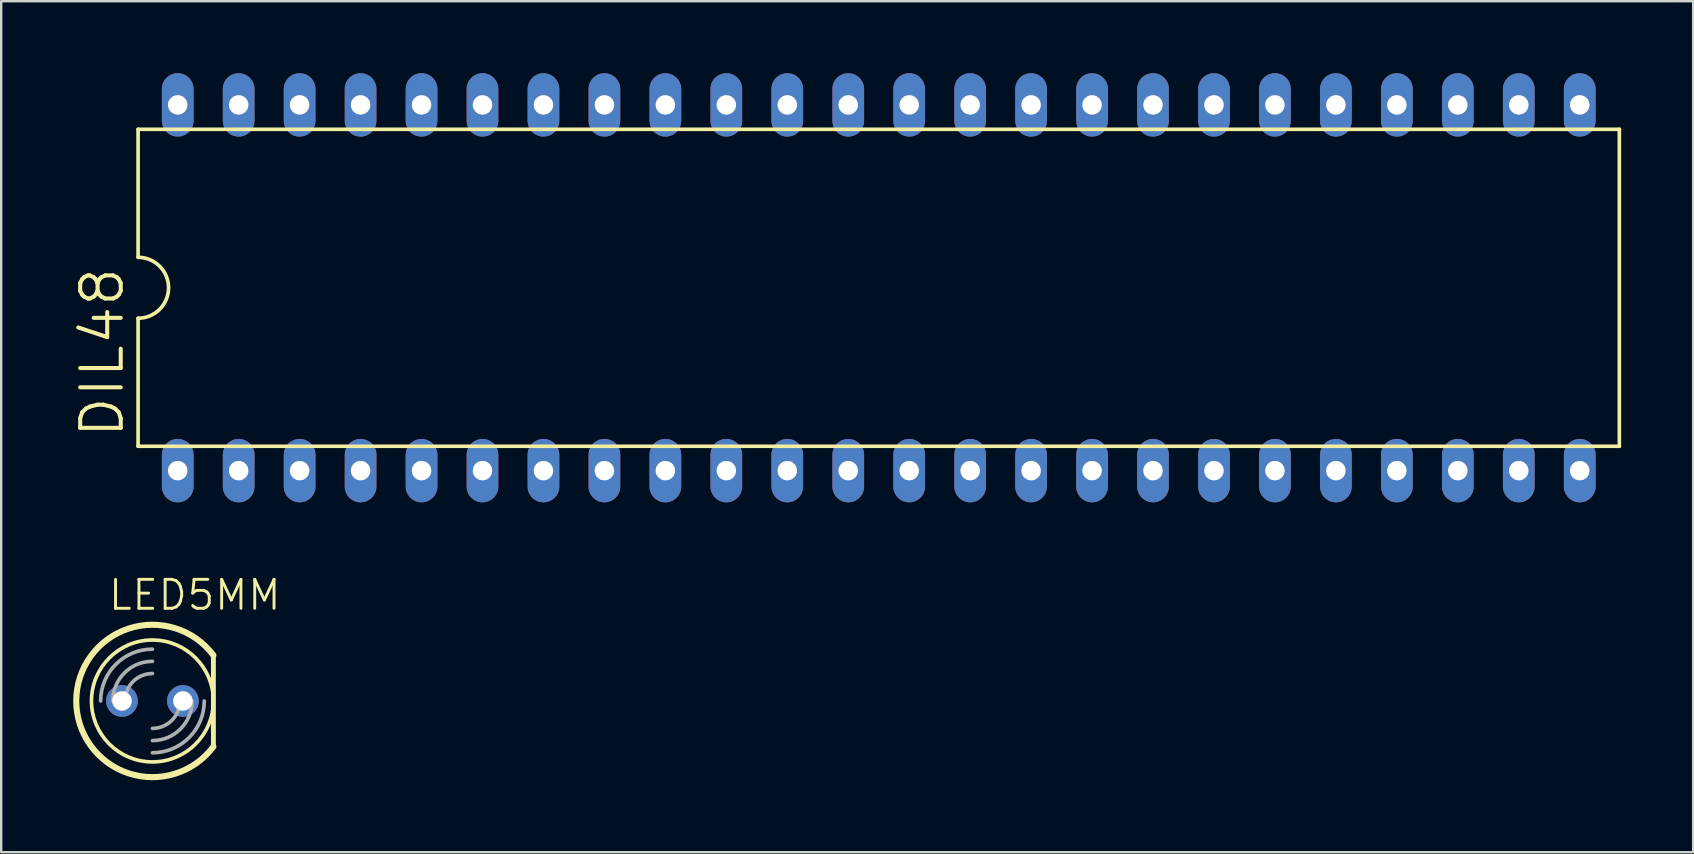
<source format=kicad_pcb>
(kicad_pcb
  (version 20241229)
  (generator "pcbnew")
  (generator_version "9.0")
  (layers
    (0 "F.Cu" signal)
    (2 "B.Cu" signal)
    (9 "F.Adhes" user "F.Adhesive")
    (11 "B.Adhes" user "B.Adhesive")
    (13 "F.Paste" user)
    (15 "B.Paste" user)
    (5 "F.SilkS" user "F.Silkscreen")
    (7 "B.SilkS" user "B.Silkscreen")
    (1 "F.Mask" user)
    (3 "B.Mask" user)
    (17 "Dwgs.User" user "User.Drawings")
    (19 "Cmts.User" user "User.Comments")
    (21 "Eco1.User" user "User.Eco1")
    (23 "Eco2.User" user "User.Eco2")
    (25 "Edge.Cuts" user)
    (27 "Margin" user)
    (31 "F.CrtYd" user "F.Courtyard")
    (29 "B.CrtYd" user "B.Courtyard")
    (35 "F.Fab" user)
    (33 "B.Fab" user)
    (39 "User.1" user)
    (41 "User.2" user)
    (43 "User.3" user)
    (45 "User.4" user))
  (footprint "DIL48"
    (layer "F.Cu")
    (at 33.565 8.941)
    (property "Reference" "DIL48" (at -31.369 6.35 90) (layer "F.SilkS") (effects (font (size 1.689 1.689) (thickness 0.169)) (justify left bottom)))
    (attr through_hole)
    (fp_line (start -30.861 -6.604) (end 30.861 -6.604) (stroke (width 0.152) (type solid)) (layer "F.SilkS"))
    (fp_line (start -30.861 -1.27) (end -30.861 -6.604) (stroke (width 0.152) (type solid)) (layer "F.SilkS"))
    (fp_line (start -30.861 1.27) (end -30.861 6.604) (stroke (width 0.152) (type solid)) (layer "F.SilkS"))
    (fp_line (start -30.861 6.604) (end 30.861 6.604) (stroke (width 0.152) (type solid)) (layer "F.SilkS"))
    (fp_line (start 30.861 6.604) (end 30.861 -6.604) (stroke (width 0.152) (type solid)) (layer "F.SilkS"))
    (fp_arc (start -30.861 -1.27) (mid -29.591 0) (end -30.861 1.27) (stroke (width 0.1524) (type solid)) (layer "F.SilkS"))
    (pad "1" thru_hole oval (at -29.21 7.62 90) (size 2.642 1.321) (drill 0.813) (layers "*.Cu" "*.Mask"))
    (pad "2" thru_hole oval (at -26.67 7.62 90) (size 2.642 1.321) (drill 0.813) (layers "*.Cu" "*.Mask"))
    (pad "3" thru_hole oval (at -24.13 7.62 90) (size 2.642 1.321) (drill 0.813) (layers "*.Cu" "*.Mask"))
    (pad "4" thru_hole oval (at -21.59 7.62 90) (size 2.642 1.321) (drill 0.813) (layers "*.Cu" "*.Mask"))
    (pad "5" thru_hole oval (at -19.05 7.62 90) (size 2.642 1.321) (drill 0.813) (layers "*.Cu" "*.Mask"))
    (pad "6" thru_hole oval (at -16.51 7.62 90) (size 2.642 1.321) (drill 0.813) (layers "*.Cu" "*.Mask"))
    (pad "7" thru_hole oval (at -13.97 7.62 90) (size 2.642 1.321) (drill 0.813) (layers "*.Cu" "*.Mask"))
    (pad "8" thru_hole oval (at -11.43 7.62 90) (size 2.642 1.321) (drill 0.813) (layers "*.Cu" "*.Mask"))
    (pad "9" thru_hole oval (at -8.89 7.62 90) (size 2.642 1.321) (drill 0.813) (layers "*.Cu" "*.Mask"))
    (pad "10" thru_hole oval (at -6.35 7.62 90) (size 2.642 1.321) (drill 0.813) (layers "*.Cu" "*.Mask"))
    (pad "11" thru_hole oval (at -3.81 7.62 90) (size 2.642 1.321) (drill 0.813) (layers "*.Cu" "*.Mask"))
    (pad "12" thru_hole oval (at -1.27 7.62 90) (size 2.642 1.321) (drill 0.813) (layers "*.Cu" "*.Mask"))
    (pad "13" thru_hole oval (at 1.27 7.62 90) (size 2.642 1.321) (drill 0.813) (layers "*.Cu" "*.Mask"))
    (pad "14" thru_hole oval (at 3.81 7.62 90) (size 2.642 1.321) (drill 0.813) (layers "*.Cu" "*.Mask"))
    (pad "15" thru_hole oval (at 6.35 7.62 90) (size 2.642 1.321) (drill 0.813) (layers "*.Cu" "*.Mask"))
    (pad "16" thru_hole oval (at 8.89 7.62 90) (size 2.642 1.321) (drill 0.813) (layers "*.Cu" "*.Mask"))
    (pad "17" thru_hole oval (at 11.43 7.62 90) (size 2.642 1.321) (drill 0.813) (layers "*.Cu" "*.Mask"))
    (pad "18" thru_hole oval (at 13.97 7.62 90) (size 2.642 1.321) (drill 0.813) (layers "*.Cu" "*.Mask"))
    (pad "19" thru_hole oval (at 16.51 7.62 90) (size 2.642 1.321) (drill 0.813) (layers "*.Cu" "*.Mask"))
    (pad "20" thru_hole oval (at 19.05 7.62 90) (size 2.642 1.321) (drill 0.813) (layers "*.Cu" "*.Mask"))
    (pad "21" thru_hole oval (at 21.59 7.62 90) (size 2.642 1.321) (drill 0.813) (layers "*.Cu" "*.Mask"))
    (pad "22" thru_hole oval (at 24.13 7.62 90) (size 2.642 1.321) (drill 0.813) (layers "*.Cu" "*.Mask"))
    (pad "23" thru_hole oval (at 26.67 7.62 90) (size 2.642 1.321) (drill 0.813) (layers "*.Cu" "*.Mask"))
    (pad "24" thru_hole oval (at 29.21 7.62 90) (size 2.642 1.321) (drill 0.813) (layers "*.Cu" "*.Mask"))
    (pad "25" thru_hole oval (at 29.21 -7.62 90) (size 2.642 1.321) (drill 0.813) (layers "*.Cu" "*.Mask"))
    (pad "26" thru_hole oval (at 26.67 -7.62 90) (size 2.642 1.321) (drill 0.813) (layers "*.Cu" "*.Mask"))
    (pad "27" thru_hole oval (at 24.13 -7.62 90) (size 2.642 1.321) (drill 0.813) (layers "*.Cu" "*.Mask"))
    (pad "28" thru_hole oval (at 21.59 -7.62 90) (size 2.642 1.321) (drill 0.813) (layers "*.Cu" "*.Mask"))
    (pad "29" thru_hole oval (at 19.05 -7.62 90) (size 2.642 1.321) (drill 0.813) (layers "*.Cu" "*.Mask"))
    (pad "30" thru_hole oval (at 16.51 -7.62 90) (size 2.642 1.321) (drill 0.813) (layers "*.Cu" "*.Mask"))
    (pad "31" thru_hole oval (at 13.97 -7.62 90) (size 2.642 1.321) (drill 0.813) (layers "*.Cu" "*.Mask"))
    (pad "32" thru_hole oval (at 11.43 -7.62 90) (size 2.642 1.321) (drill 0.813) (layers "*.Cu" "*.Mask"))
    (pad "33" thru_hole oval (at 8.89 -7.62 90) (size 2.642 1.321) (drill 0.813) (layers "*.Cu" "*.Mask"))
    (pad "34" thru_hole oval (at 6.35 -7.62 90) (size 2.642 1.321) (drill 0.813) (layers "*.Cu" "*.Mask"))
    (pad "35" thru_hole oval (at 3.81 -7.62 90) (size 2.642 1.321) (drill 0.813) (layers "*.Cu" "*.Mask"))
    (pad "36" thru_hole oval (at 1.27 -7.62 90) (size 2.642 1.321) (drill 0.813) (layers "*.Cu" "*.Mask"))
    (pad "37" thru_hole oval (at -1.27 -7.62 90) (size 2.642 1.321) (drill 0.813) (layers "*.Cu" "*.Mask"))
    (pad "38" thru_hole oval (at -3.81 -7.62 90) (size 2.642 1.321) (drill 0.813) (layers "*.Cu" "*.Mask"))
    (pad "39" thru_hole oval (at -6.35 -7.62 90) (size 2.642 1.321) (drill 0.813) (layers "*.Cu" "*.Mask"))
    (pad "40" thru_hole oval (at -8.89 -7.62 90) (size 2.642 1.321) (drill 0.813) (layers "*.Cu" "*.Mask"))
    (pad "41" thru_hole oval (at -11.43 -7.62 90) (size 2.642 1.321) (drill 0.813) (layers "*.Cu" "*.Mask"))
    (pad "42" thru_hole oval (at -13.97 -7.62 90) (size 2.642 1.321) (drill 0.813) (layers "*.Cu" "*.Mask"))
    (pad "43" thru_hole oval (at -16.51 -7.62 90) (size 2.642 1.321) (drill 0.813) (layers "*.Cu" "*.Mask"))
    (pad "44" thru_hole oval (at -19.05 -7.62 90) (size 2.642 1.321) (drill 0.813) (layers "*.Cu" "*.Mask"))
    (pad "45" thru_hole oval (at -21.59 -7.62 90) (size 2.642 1.321) (drill 0.813) (layers "*.Cu" "*.Mask"))
    (pad "46" thru_hole oval (at -24.13 -7.62 90) (size 2.642 1.321) (drill 0.813) (layers "*.Cu" "*.Mask"))
    (pad "47" thru_hole oval (at -26.67 -7.62 90) (size 2.642 1.321) (drill 0.813) (layers "*.Cu" "*.Mask"))
    (pad "48" thru_hole oval (at -29.21 -7.62 90) (size 2.642 1.321) (drill 0.813) (layers "*.Cu" "*.Mask")))
  (footprint "LED5MM"
    (layer "F.Cu")
    (at 3.302 26.158)
    (property "Reference" "LED5MM" (at -1.905 -3.708 180) (layer "F.SilkS") (effects (font (size 1.206 1.206) (thickness 0.121)) (justify left bottom)))
    (attr through_hole)
    (fp_line (start 2.54 1.905) (end 2.54 -1.905) (stroke (width 0.203) (type solid)) (layer "F.SilkS"))
    (fp_arc (start 2.54 1.905) (mid -3.175 0) (end 2.54 -1.905) (stroke (width 0.254) (type solid)) (layer "F.SilkS"))
    (fp_circle (center 0 0) (end 2.54 0) (stroke (width 0.152) (type solid)) (fill no) (layer "F.SilkS"))
    (fp_arc (start -2.159 0) (mid -1.526644 -1.526644) (end 0 -2.159) (stroke (width 0.1524) (type solid)) (layer "F.Fab"))
    (fp_arc (start -1.651 0) (mid -1.167433 -1.167433) (end 0 -1.651) (stroke (width 0.1524) (type solid)) (layer "F.Fab"))
    (fp_arc (start -1.143 0) (mid -0.808223 -0.808223) (end 0 -1.143) (stroke (width 0.1524) (type solid)) (layer "F.Fab"))
    (fp_arc (start 1.143 0) (mid 0.808223 0.808223) (end 0 1.143) (stroke (width 0.1524) (type solid)) (layer "F.Fab"))
    (fp_arc (start 1.651 0) (mid 1.167433 1.167433) (end 0 1.651) (stroke (width 0.1524) (type solid)) (layer "F.Fab"))
    (fp_arc (start 2.159 0) (mid 1.526644 1.526644) (end 0 2.159) (stroke (width 0.1524) (type solid)) (layer "F.Fab"))
    (pad "A" thru_hole circle (at -1.27 0) (size 1.321 1.321) (drill 0.813) (layers "*.Cu" "*.Mask"))
    (pad "K" thru_hole circle (at 1.27 0) (size 1.321 1.321) (drill 0.813) (layers "*.Cu" "*.Mask")))
  (gr_rect
    (start -3 -3)
    (end 67.502 32.46)
    (stroke (width 0.1) (type default))
    (fill no)
    (layer "Edge.Cuts")))
</source>
